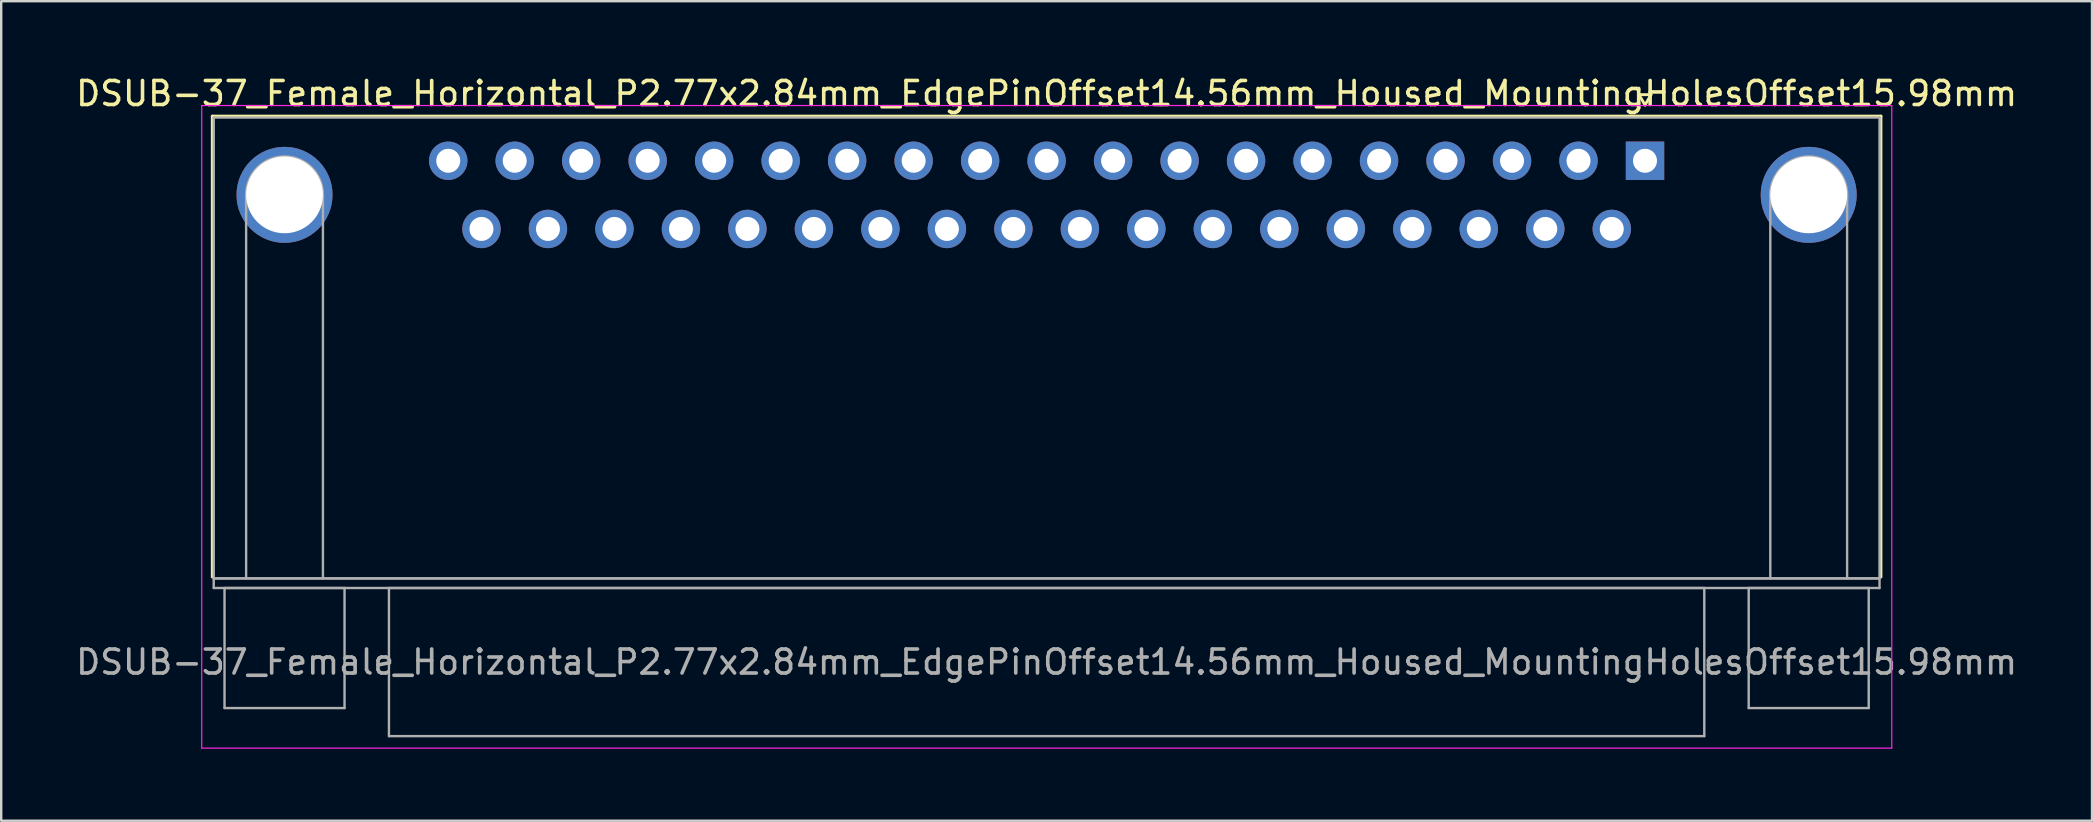
<source format=kicad_pcb>
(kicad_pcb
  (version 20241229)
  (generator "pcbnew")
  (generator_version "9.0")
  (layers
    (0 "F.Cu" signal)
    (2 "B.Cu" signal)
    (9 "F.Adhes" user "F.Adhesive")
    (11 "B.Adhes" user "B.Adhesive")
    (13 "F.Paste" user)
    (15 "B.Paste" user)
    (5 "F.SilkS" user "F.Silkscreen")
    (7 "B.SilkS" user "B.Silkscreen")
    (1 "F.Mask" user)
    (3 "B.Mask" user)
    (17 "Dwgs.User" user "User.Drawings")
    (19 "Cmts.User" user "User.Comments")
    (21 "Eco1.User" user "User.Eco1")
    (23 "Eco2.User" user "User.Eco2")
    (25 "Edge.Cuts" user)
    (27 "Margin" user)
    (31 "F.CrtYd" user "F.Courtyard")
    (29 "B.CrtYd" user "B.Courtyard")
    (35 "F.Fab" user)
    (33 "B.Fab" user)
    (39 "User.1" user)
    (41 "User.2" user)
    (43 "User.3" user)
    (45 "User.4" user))
  (footprint "DSUB-37_Female_Horizontal_P2.77x2.84mm_EdgePinOffset14.56mm_Housed_MountingHolesOffset15.98mm"
    (layer "F.Cu")
    (at 65.484 3.648)
    (property "Reference" "DSUB-37_Female_Horizontal_P2.77x2.84mm_EdgePinOffset14.56mm_Housed_MountingHolesOffset15.98mm" (at -24.93 -2.8 0) (layer "F.SilkS") (effects (font (size 1 1) (thickness 0.15))))
    (attr through_hole)
    (fp_line (start -59.69 -1.86) (end 9.83 -1.86) (stroke (width 0.12) (type solid)) (layer "F.SilkS"))
    (fp_line (start -59.69 17.34) (end -59.69 -1.86) (stroke (width 0.12) (type solid)) (layer "F.SilkS"))
    (fp_line (start -0.25 -2.754) (end 0.25 -2.754) (stroke (width 0.12) (type solid)) (layer "F.SilkS"))
    (fp_line (start 0 -2.321) (end -0.25 -2.754) (stroke (width 0.12) (type solid)) (layer "F.SilkS"))
    (fp_line (start 0.25 -2.754) (end 0 -2.321) (stroke (width 0.12) (type solid)) (layer "F.SilkS"))
    (fp_line (start 9.83 -1.86) (end 9.83 17.34) (stroke (width 0.12) (type solid)) (layer "F.SilkS"))
    (fp_line (start -60.13 -2.3) (end -60.13 24.47) (stroke (width 0.05) (type solid)) (layer "F.CrtYd"))
    (fp_line (start -60.13 24.47) (end 10.28 24.47) (stroke (width 0.05) (type solid)) (layer "F.CrtYd"))
    (fp_line (start 10.28 -2.3) (end -60.13 -2.3) (stroke (width 0.05) (type solid)) (layer "F.CrtYd"))
    (fp_line (start 10.28 24.47) (end 10.28 -2.3) (stroke (width 0.05) (type solid)) (layer "F.CrtYd"))
    (fp_line (start -59.63 -1.8) (end -59.63 17.4) (stroke (width 0.1) (type solid)) (layer "F.Fab"))
    (fp_line (start -59.63 17.4) (end -59.63 17.8) (stroke (width 0.1) (type solid)) (layer "F.Fab"))
    (fp_line (start -59.63 17.4) (end 9.77 17.4) (stroke (width 0.1) (type solid)) (layer "F.Fab"))
    (fp_line (start -59.63 17.8) (end 9.77 17.8) (stroke (width 0.1) (type solid)) (layer "F.Fab"))
    (fp_line (start -59.18 17.8) (end -59.18 22.8) (stroke (width 0.1) (type solid)) (layer "F.Fab"))
    (fp_line (start -59.18 22.8) (end -54.18 22.8) (stroke (width 0.1) (type solid)) (layer "F.Fab"))
    (fp_line (start -58.28 17.4) (end -58.28 1.42) (stroke (width 0.1) (type solid)) (layer "F.Fab"))
    (fp_line (start -55.08 17.4) (end -55.08 1.42) (stroke (width 0.1) (type solid)) (layer "F.Fab"))
    (fp_line (start -54.18 17.8) (end -59.18 17.8) (stroke (width 0.1) (type solid)) (layer "F.Fab"))
    (fp_line (start -54.18 22.8) (end -54.18 17.8) (stroke (width 0.1) (type solid)) (layer "F.Fab"))
    (fp_line (start -52.33 17.8) (end -52.33 23.97) (stroke (width 0.1) (type solid)) (layer "F.Fab"))
    (fp_line (start -52.33 23.97) (end 2.47 23.97) (stroke (width 0.1) (type solid)) (layer "F.Fab"))
    (fp_line (start 2.47 17.8) (end -52.33 17.8) (stroke (width 0.1) (type solid)) (layer "F.Fab"))
    (fp_line (start 2.47 23.97) (end 2.47 17.8) (stroke (width 0.1) (type solid)) (layer "F.Fab"))
    (fp_line (start 4.32 17.8) (end 4.32 22.8) (stroke (width 0.1) (type solid)) (layer "F.Fab"))
    (fp_line (start 4.32 22.8) (end 9.32 22.8) (stroke (width 0.1) (type solid)) (layer "F.Fab"))
    (fp_line (start 5.22 17.4) (end 5.22 1.42) (stroke (width 0.1) (type solid)) (layer "F.Fab"))
    (fp_line (start 8.42 17.4) (end 8.42 1.42) (stroke (width 0.1) (type solid)) (layer "F.Fab"))
    (fp_line (start 9.32 17.8) (end 4.32 17.8) (stroke (width 0.1) (type solid)) (layer "F.Fab"))
    (fp_line (start 9.32 22.8) (end 9.32 17.8) (stroke (width 0.1) (type solid)) (layer "F.Fab"))
    (fp_line (start 9.77 -1.8) (end -59.63 -1.8) (stroke (width 0.1) (type solid)) (layer "F.Fab"))
    (fp_line (start 9.77 17.4) (end -59.63 17.4) (stroke (width 0.1) (type solid)) (layer "F.Fab"))
    (fp_line (start 9.77 17.4) (end 9.77 -1.8) (stroke (width 0.1) (type solid)) (layer "F.Fab"))
    (fp_line (start 9.77 17.8) (end 9.77 17.4) (stroke (width 0.1) (type solid)) (layer "F.Fab"))
    (fp_arc (start -58.28 1.42) (mid -56.68 -0.18) (end -55.08 1.42) (stroke (width 0.1) (type solid)) (layer "F.Fab"))
    (fp_arc (start 5.22 1.42) (mid 6.82 -0.18) (end 8.42 1.42) (stroke (width 0.1) (type solid)) (layer "F.Fab"))
    (fp_text user "${REFERENCE}" (at -24.93 20.885 0) (layer "F.Fab") (effects (font (size 1 1) (thickness 0.15))))
    (pad "0" thru_hole circle (at -56.68 1.42) (size 4 4) (drill 3.2) (layers "*.Cu" "*.Mask"))
    (pad "0" thru_hole circle (at 6.82 1.42) (size 4 4) (drill 3.2) (layers "*.Cu" "*.Mask"))
    (pad "1" thru_hole rect (at 0 0) (size 1.6 1.6) (drill 1) (layers "*.Cu" "*.Mask"))
    (pad "2" thru_hole circle (at -2.77 0) (size 1.6 1.6) (drill 1) (layers "*.Cu" "*.Mask"))
    (pad "3" thru_hole circle (at -5.54 0) (size 1.6 1.6) (drill 1) (layers "*.Cu" "*.Mask"))
    (pad "4" thru_hole circle (at -8.31 0) (size 1.6 1.6) (drill 1) (layers "*.Cu" "*.Mask"))
    (pad "5" thru_hole circle (at -11.08 0) (size 1.6 1.6) (drill 1) (layers "*.Cu" "*.Mask"))
    (pad "6" thru_hole circle (at -13.85 0) (size 1.6 1.6) (drill 1) (layers "*.Cu" "*.Mask"))
    (pad "7" thru_hole circle (at -16.62 0) (size 1.6 1.6) (drill 1) (layers "*.Cu" "*.Mask"))
    (pad "8" thru_hole circle (at -19.39 0) (size 1.6 1.6) (drill 1) (layers "*.Cu" "*.Mask"))
    (pad "9" thru_hole circle (at -22.16 0) (size 1.6 1.6) (drill 1) (layers "*.Cu" "*.Mask"))
    (pad "10" thru_hole circle (at -24.93 0) (size 1.6 1.6) (drill 1) (layers "*.Cu" "*.Mask"))
    (pad "11" thru_hole circle (at -27.7 0) (size 1.6 1.6) (drill 1) (layers "*.Cu" "*.Mask"))
    (pad "12" thru_hole circle (at -30.47 0) (size 1.6 1.6) (drill 1) (layers "*.Cu" "*.Mask"))
    (pad "13" thru_hole circle (at -33.24 0) (size 1.6 1.6) (drill 1) (layers "*.Cu" "*.Mask"))
    (pad "14" thru_hole circle (at -36.01 0) (size 1.6 1.6) (drill 1) (layers "*.Cu" "*.Mask"))
    (pad "15" thru_hole circle (at -38.78 0) (size 1.6 1.6) (drill 1) (layers "*.Cu" "*.Mask"))
    (pad "16" thru_hole circle (at -41.55 0) (size 1.6 1.6) (drill 1) (layers "*.Cu" "*.Mask"))
    (pad "17" thru_hole circle (at -44.32 0) (size 1.6 1.6) (drill 1) (layers "*.Cu" "*.Mask"))
    (pad "18" thru_hole circle (at -47.09 0) (size 1.6 1.6) (drill 1) (layers "*.Cu" "*.Mask"))
    (pad "19" thru_hole circle (at -49.86 0) (size 1.6 1.6) (drill 1) (layers "*.Cu" "*.Mask"))
    (pad "20" thru_hole circle (at -1.385 2.84) (size 1.6 1.6) (drill 1) (layers "*.Cu" "*.Mask"))
    (pad "21" thru_hole circle (at -4.155 2.84) (size 1.6 1.6) (drill 1) (layers "*.Cu" "*.Mask"))
    (pad "22" thru_hole circle (at -6.925 2.84) (size 1.6 1.6) (drill 1) (layers "*.Cu" "*.Mask"))
    (pad "23" thru_hole circle (at -9.695 2.84) (size 1.6 1.6) (drill 1) (layers "*.Cu" "*.Mask"))
    (pad "24" thru_hole circle (at -12.465 2.84) (size 1.6 1.6) (drill 1) (layers "*.Cu" "*.Mask"))
    (pad "25" thru_hole circle (at -15.235 2.84) (size 1.6 1.6) (drill 1) (layers "*.Cu" "*.Mask"))
    (pad "26" thru_hole circle (at -18.005 2.84) (size 1.6 1.6) (drill 1) (layers "*.Cu" "*.Mask"))
    (pad "27" thru_hole circle (at -20.775 2.84) (size 1.6 1.6) (drill 1) (layers "*.Cu" "*.Mask"))
    (pad "28" thru_hole circle (at -23.545 2.84) (size 1.6 1.6) (drill 1) (layers "*.Cu" "*.Mask"))
    (pad "29" thru_hole circle (at -26.315 2.84) (size 1.6 1.6) (drill 1) (layers "*.Cu" "*.Mask"))
    (pad "30" thru_hole circle (at -29.085 2.84) (size 1.6 1.6) (drill 1) (layers "*.Cu" "*.Mask"))
    (pad "31" thru_hole circle (at -31.855 2.84) (size 1.6 1.6) (drill 1) (layers "*.Cu" "*.Mask"))
    (pad "32" thru_hole circle (at -34.625 2.84) (size 1.6 1.6) (drill 1) (layers "*.Cu" "*.Mask"))
    (pad "33" thru_hole circle (at -37.395 2.84) (size 1.6 1.6) (drill 1) (layers "*.Cu" "*.Mask"))
    (pad "34" thru_hole circle (at -40.165 2.84) (size 1.6 1.6) (drill 1) (layers "*.Cu" "*.Mask"))
    (pad "35" thru_hole circle (at -42.935 2.84) (size 1.6 1.6) (drill 1) (layers "*.Cu" "*.Mask"))
    (pad "36" thru_hole circle (at -45.705 2.84) (size 1.6 1.6) (drill 1) (layers "*.Cu" "*.Mask"))
    (pad "37" thru_hole circle (at -48.475 2.84) (size 1.6 1.6) (drill 1) (layers "*.Cu" "*.Mask")))
  (gr_rect
    (start -3 -3)
    (end 84.107 31.143)
    (stroke (width 0.1) (type default))
    (fill no)
    (layer "Edge.Cuts")))
</source>
